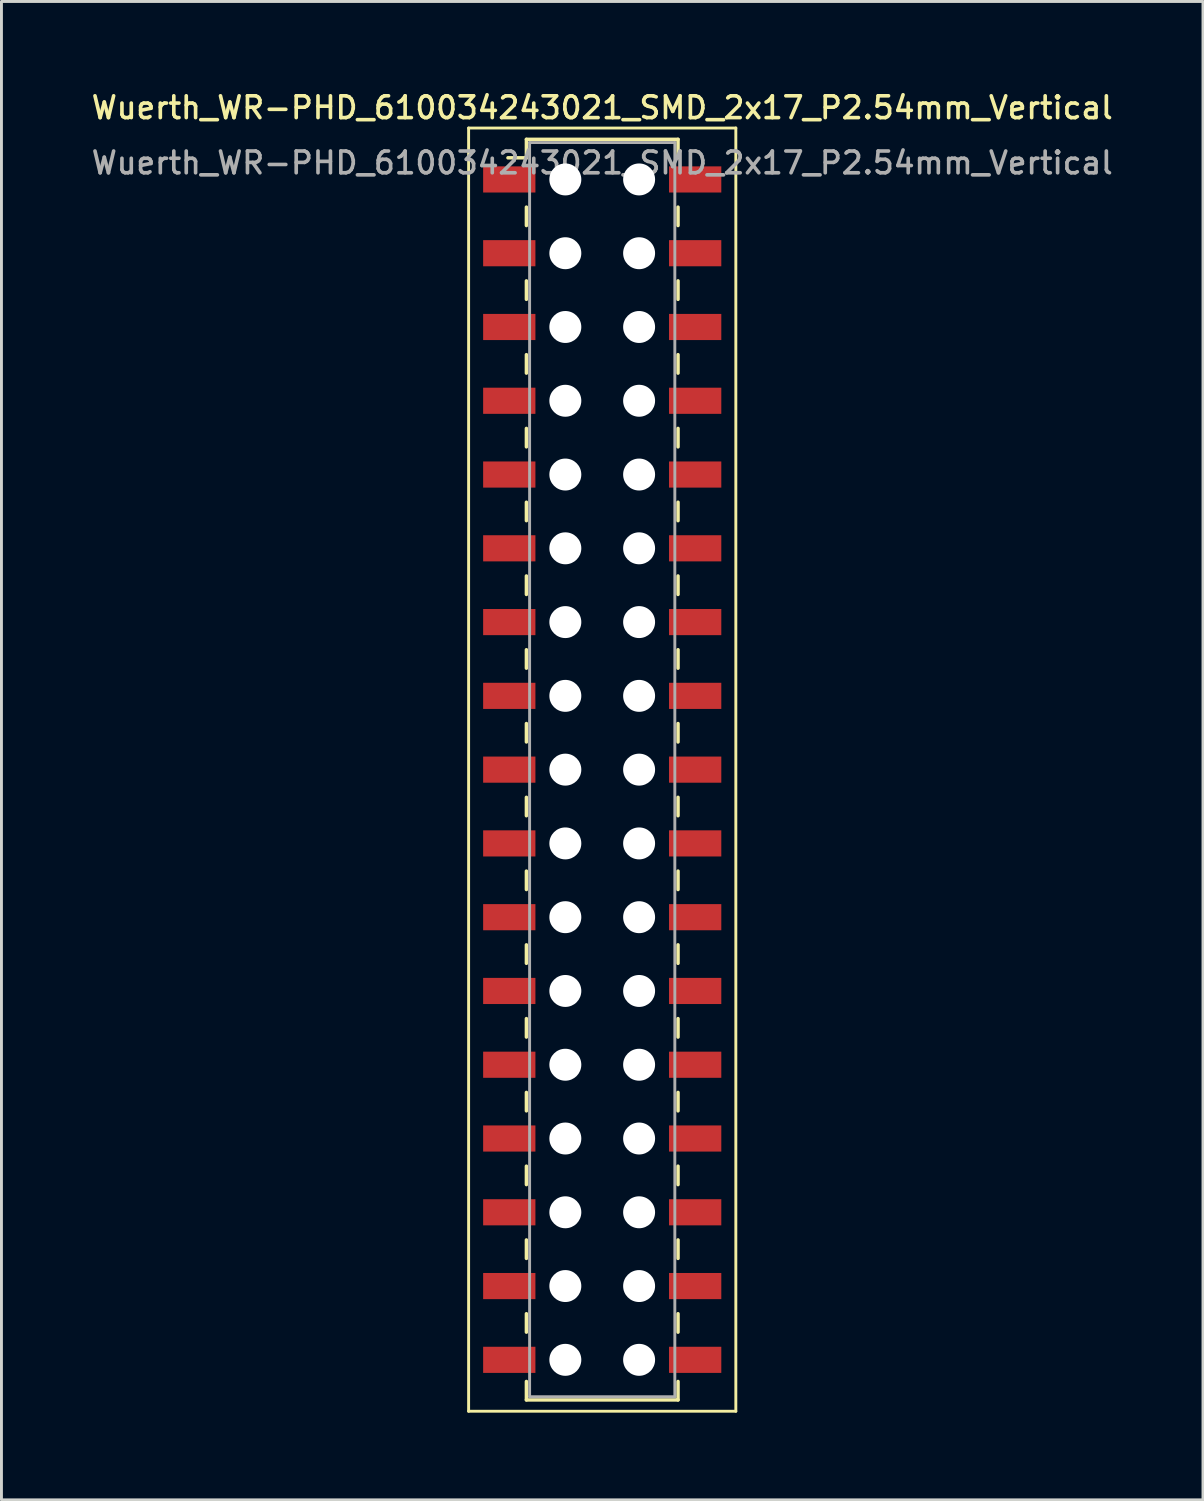
<source format=kicad_pcb>
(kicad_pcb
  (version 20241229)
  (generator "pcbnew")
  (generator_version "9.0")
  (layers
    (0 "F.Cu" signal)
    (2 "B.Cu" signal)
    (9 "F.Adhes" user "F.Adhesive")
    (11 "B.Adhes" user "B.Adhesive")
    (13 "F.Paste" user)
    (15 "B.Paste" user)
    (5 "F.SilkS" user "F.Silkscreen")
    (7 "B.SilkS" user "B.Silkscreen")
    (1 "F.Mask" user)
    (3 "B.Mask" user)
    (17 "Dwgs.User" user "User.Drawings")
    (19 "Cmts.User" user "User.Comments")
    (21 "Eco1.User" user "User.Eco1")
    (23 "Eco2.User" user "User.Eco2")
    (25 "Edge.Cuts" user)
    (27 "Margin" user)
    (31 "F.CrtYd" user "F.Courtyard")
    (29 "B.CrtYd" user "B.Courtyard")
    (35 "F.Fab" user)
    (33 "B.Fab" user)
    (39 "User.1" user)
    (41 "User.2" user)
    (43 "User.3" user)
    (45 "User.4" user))
  (footprint "Wuerth_WR-PHD_610034243021_SMD_2x17_P2.54mm_Vertical"
    (layer "F.Cu")
    (at 17.684 23.448)
    (property "Reference" "Wuerth_WR-PHD_610034243021_SMD_2x17_P2.54mm_Vertical" (at 0 -22.79 0) (layer "F.SilkS") (effects (font (size 0.75 0.75) (thickness 0.125))))
    (attr smd)
    (fp_line (start -4.6 -22.09) (end -4.6 22.09) (stroke (width 0.1) (type solid)) (layer "F.SilkS"))
    (fp_line (start -4.6 22.09) (end 4.6 22.09) (stroke (width 0.1) (type solid)) (layer "F.SilkS"))
    (fp_line (start -2.61 -21.7) (end -2.61 -21.065) (stroke (width 0.12) (type solid)) (layer "F.SilkS"))
    (fp_line (start -2.61 -21.7) (end 2.61 -21.7) (stroke (width 0.12) (type solid)) (layer "F.SilkS"))
    (fp_line (start -2.61 -21.065) (end -3.245 -21.065) (stroke (width 0.12) (type solid)) (layer "F.SilkS"))
    (fp_line (start -2.61 -19.367) (end -2.61 -18.733) (stroke (width 0.12) (type solid)) (layer "F.SilkS"))
    (fp_line (start -2.61 -16.828) (end -2.61 -16.192) (stroke (width 0.12) (type solid)) (layer "F.SilkS"))
    (fp_line (start -2.61 -14.287) (end -2.61 -13.652) (stroke (width 0.12) (type solid)) (layer "F.SilkS"))
    (fp_line (start -2.61 -11.748) (end -2.61 -11.113) (stroke (width 0.12) (type solid)) (layer "F.SilkS"))
    (fp_line (start -2.61 -9.207) (end -2.61 -8.572) (stroke (width 0.12) (type solid)) (layer "F.SilkS"))
    (fp_line (start -2.61 -6.668) (end -2.61 -6.032) (stroke (width 0.12) (type solid)) (layer "F.SilkS"))
    (fp_line (start -2.61 -4.128) (end -2.61 -3.493) (stroke (width 0.12) (type solid)) (layer "F.SilkS"))
    (fp_line (start -2.61 -1.587) (end -2.61 -0.953) (stroke (width 0.12) (type solid)) (layer "F.SilkS"))
    (fp_line (start -2.61 0.953) (end -2.61 1.587) (stroke (width 0.12) (type solid)) (layer "F.SilkS"))
    (fp_line (start -2.61 3.493) (end -2.61 4.128) (stroke (width 0.12) (type solid)) (layer "F.SilkS"))
    (fp_line (start -2.61 6.032) (end -2.61 6.668) (stroke (width 0.12) (type solid)) (layer "F.SilkS"))
    (fp_line (start -2.61 8.572) (end -2.61 9.207) (stroke (width 0.12) (type solid)) (layer "F.SilkS"))
    (fp_line (start -2.61 11.113) (end -2.61 11.748) (stroke (width 0.12) (type solid)) (layer "F.SilkS"))
    (fp_line (start -2.61 13.652) (end -2.61 14.287) (stroke (width 0.12) (type solid)) (layer "F.SilkS"))
    (fp_line (start -2.61 16.192) (end -2.61 16.828) (stroke (width 0.12) (type solid)) (layer "F.SilkS"))
    (fp_line (start -2.61 18.733) (end -2.61 19.367) (stroke (width 0.12) (type solid)) (layer "F.SilkS"))
    (fp_line (start -2.61 21.7) (end -2.61 21.065) (stroke (width 0.12) (type solid)) (layer "F.SilkS"))
    (fp_line (start -2.61 21.7) (end 2.61 21.7) (stroke (width 0.12) (type solid)) (layer "F.SilkS"))
    (fp_line (start 2.61 -21.7) (end 2.61 -21.065) (stroke (width 0.12) (type solid)) (layer "F.SilkS"))
    (fp_line (start 2.61 -19.367) (end 2.61 -18.733) (stroke (width 0.12) (type solid)) (layer "F.SilkS"))
    (fp_line (start 2.61 -16.828) (end 2.61 -16.192) (stroke (width 0.12) (type solid)) (layer "F.SilkS"))
    (fp_line (start 2.61 -14.287) (end 2.61 -13.652) (stroke (width 0.12) (type solid)) (layer "F.SilkS"))
    (fp_line (start 2.61 -11.748) (end 2.61 -11.113) (stroke (width 0.12) (type solid)) (layer "F.SilkS"))
    (fp_line (start 2.61 -9.207) (end 2.61 -8.572) (stroke (width 0.12) (type solid)) (layer "F.SilkS"))
    (fp_line (start 2.61 -6.668) (end 2.61 -6.032) (stroke (width 0.12) (type solid)) (layer "F.SilkS"))
    (fp_line (start 2.61 -4.128) (end 2.61 -3.493) (stroke (width 0.12) (type solid)) (layer "F.SilkS"))
    (fp_line (start 2.61 -1.587) (end 2.61 -0.953) (stroke (width 0.12) (type solid)) (layer "F.SilkS"))
    (fp_line (start 2.61 0.953) (end 2.61 1.587) (stroke (width 0.12) (type solid)) (layer "F.SilkS"))
    (fp_line (start 2.61 3.493) (end 2.61 4.128) (stroke (width 0.12) (type solid)) (layer "F.SilkS"))
    (fp_line (start 2.61 6.032) (end 2.61 6.668) (stroke (width 0.12) (type solid)) (layer "F.SilkS"))
    (fp_line (start 2.61 8.572) (end 2.61 9.207) (stroke (width 0.12) (type solid)) (layer "F.SilkS"))
    (fp_line (start 2.61 11.113) (end 2.61 11.748) (stroke (width 0.12) (type solid)) (layer "F.SilkS"))
    (fp_line (start 2.61 13.652) (end 2.61 14.287) (stroke (width 0.12) (type solid)) (layer "F.SilkS"))
    (fp_line (start 2.61 16.192) (end 2.61 16.828) (stroke (width 0.12) (type solid)) (layer "F.SilkS"))
    (fp_line (start 2.61 18.733) (end 2.61 19.367) (stroke (width 0.12) (type solid)) (layer "F.SilkS"))
    (fp_line (start 2.61 21.7) (end 2.61 21.065) (stroke (width 0.12) (type solid)) (layer "F.SilkS"))
    (fp_line (start 4.6 -22.09) (end -4.6 -22.09) (stroke (width 0.1) (type solid)) (layer "F.SilkS"))
    (fp_line (start 4.6 22.09) (end 4.6 -22.09) (stroke (width 0.1) (type solid)) (layer "F.SilkS"))
    (fp_line (start -2.5 -21.59) (end -2.5 21.59) (stroke (width 0.1) (type solid)) (layer "F.Fab"))
    (fp_line (start -2.5 21.59) (end 2.5 21.59) (stroke (width 0.1) (type solid)) (layer "F.Fab"))
    (fp_line (start 2.5 -21.59) (end -2.5 -21.59) (stroke (width 0.1) (type solid)) (layer "F.Fab"))
    (fp_line (start 2.5 21.59) (end 2.5 -21.59) (stroke (width 0.1) (type solid)) (layer "F.Fab"))
    (fp_text user "${REFERENCE}" (at 0 -20.89 0) (layer "F.Fab") (effects (font (size 0.75 0.75) (thickness 0.125))))
    (pad "" np_thru_hole circle (at -1.27 -20.32) (size 1.1 1.1) (drill 1.1) (layers "*.Cu" "*.Mask"))
    (pad "" np_thru_hole circle (at -1.27 -17.78) (size 1.1 1.1) (drill 1.1) (layers "*.Cu" "*.Mask"))
    (pad "" np_thru_hole circle (at -1.27 -15.24) (size 1.1 1.1) (drill 1.1) (layers "*.Cu" "*.Mask"))
    (pad "" np_thru_hole circle (at -1.27 -12.7) (size 1.1 1.1) (drill 1.1) (layers "*.Cu" "*.Mask"))
    (pad "" np_thru_hole circle (at -1.27 -10.16) (size 1.1 1.1) (drill 1.1) (layers "*.Cu" "*.Mask"))
    (pad "" np_thru_hole circle (at -1.27 -7.62) (size 1.1 1.1) (drill 1.1) (layers "*.Cu" "*.Mask"))
    (pad "" np_thru_hole circle (at -1.27 -5.08) (size 1.1 1.1) (drill 1.1) (layers "*.Cu" "*.Mask"))
    (pad "" np_thru_hole circle (at -1.27 -2.54) (size 1.1 1.1) (drill 1.1) (layers "*.Cu" "*.Mask"))
    (pad "" np_thru_hole circle (at -1.27 0) (size 1.1 1.1) (drill 1.1) (layers "*.Cu" "*.Mask"))
    (pad "" np_thru_hole circle (at -1.27 2.54) (size 1.1 1.1) (drill 1.1) (layers "*.Cu" "*.Mask"))
    (pad "" np_thru_hole circle (at -1.27 5.08) (size 1.1 1.1) (drill 1.1) (layers "*.Cu" "*.Mask"))
    (pad "" np_thru_hole circle (at -1.27 7.62) (size 1.1 1.1) (drill 1.1) (layers "*.Cu" "*.Mask"))
    (pad "" np_thru_hole circle (at -1.27 10.16) (size 1.1 1.1) (drill 1.1) (layers "*.Cu" "*.Mask"))
    (pad "" np_thru_hole circle (at -1.27 12.7) (size 1.1 1.1) (drill 1.1) (layers "*.Cu" "*.Mask"))
    (pad "" np_thru_hole circle (at -1.27 15.24) (size 1.1 1.1) (drill 1.1) (layers "*.Cu" "*.Mask"))
    (pad "" np_thru_hole circle (at -1.27 17.78) (size 1.1 1.1) (drill 1.1) (layers "*.Cu" "*.Mask"))
    (pad "" np_thru_hole circle (at -1.27 20.32) (size 1.1 1.1) (drill 1.1) (layers "*.Cu" "*.Mask"))
    (pad "" np_thru_hole circle (at 1.27 -20.32) (size 1.1 1.1) (drill 1.1) (layers "*.Cu" "*.Mask"))
    (pad "" np_thru_hole circle (at 1.27 -17.78) (size 1.1 1.1) (drill 1.1) (layers "*.Cu" "*.Mask"))
    (pad "" np_thru_hole circle (at 1.27 -15.24) (size 1.1 1.1) (drill 1.1) (layers "*.Cu" "*.Mask"))
    (pad "" np_thru_hole circle (at 1.27 -12.7) (size 1.1 1.1) (drill 1.1) (layers "*.Cu" "*.Mask"))
    (pad "" np_thru_hole circle (at 1.27 -10.16) (size 1.1 1.1) (drill 1.1) (layers "*.Cu" "*.Mask"))
    (pad "" np_thru_hole circle (at 1.27 -7.62) (size 1.1 1.1) (drill 1.1) (layers "*.Cu" "*.Mask"))
    (pad "" np_thru_hole circle (at 1.27 -5.08) (size 1.1 1.1) (drill 1.1) (layers "*.Cu" "*.Mask"))
    (pad "" np_thru_hole circle (at 1.27 -2.54) (size 1.1 1.1) (drill 1.1) (layers "*.Cu" "*.Mask"))
    (pad "" np_thru_hole circle (at 1.27 0) (size 1.1 1.1) (drill 1.1) (layers "*.Cu" "*.Mask"))
    (pad "" np_thru_hole circle (at 1.27 2.54) (size 1.1 1.1) (drill 1.1) (layers "*.Cu" "*.Mask"))
    (pad "" np_thru_hole circle (at 1.27 5.08) (size 1.1 1.1) (drill 1.1) (layers "*.Cu" "*.Mask"))
    (pad "" np_thru_hole circle (at 1.27 7.62) (size 1.1 1.1) (drill 1.1) (layers "*.Cu" "*.Mask"))
    (pad "" np_thru_hole circle (at 1.27 10.16) (size 1.1 1.1) (drill 1.1) (layers "*.Cu" "*.Mask"))
    (pad "" np_thru_hole circle (at 1.27 12.7) (size 1.1 1.1) (drill 1.1) (layers "*.Cu" "*.Mask"))
    (pad "" np_thru_hole circle (at 1.27 15.24) (size 1.1 1.1) (drill 1.1) (layers "*.Cu" "*.Mask"))
    (pad "" np_thru_hole circle (at 1.27 17.78) (size 1.1 1.1) (drill 1.1) (layers "*.Cu" "*.Mask"))
    (pad "" np_thru_hole circle (at 1.27 20.32) (size 1.1 1.1) (drill 1.1) (layers "*.Cu" "*.Mask"))
    (pad "1" smd rect (at -3.2 -20.32) (size 1.8 0.9) (layers "F.Cu" "F.Mask" "F.Paste"))
    (pad "2" smd rect (at 3.2 -20.32) (size 1.8 0.9) (layers "F.Cu" "F.Mask" "F.Paste"))
    (pad "3" smd rect (at -3.2 -17.78) (size 1.8 0.9) (layers "F.Cu" "F.Mask" "F.Paste"))
    (pad "4" smd rect (at 3.2 -17.78) (size 1.8 0.9) (layers "F.Cu" "F.Mask" "F.Paste"))
    (pad "5" smd rect (at -3.2 -15.24) (size 1.8 0.9) (layers "F.Cu" "F.Mask" "F.Paste"))
    (pad "6" smd rect (at 3.2 -15.24) (size 1.8 0.9) (layers "F.Cu" "F.Mask" "F.Paste"))
    (pad "7" smd rect (at -3.2 -12.7) (size 1.8 0.9) (layers "F.Cu" "F.Mask" "F.Paste"))
    (pad "8" smd rect (at 3.2 -12.7) (size 1.8 0.9) (layers "F.Cu" "F.Mask" "F.Paste"))
    (pad "9" smd rect (at -3.2 -10.16) (size 1.8 0.9) (layers "F.Cu" "F.Mask" "F.Paste"))
    (pad "10" smd rect (at 3.2 -10.16) (size 1.8 0.9) (layers "F.Cu" "F.Mask" "F.Paste"))
    (pad "11" smd rect (at -3.2 -7.62) (size 1.8 0.9) (layers "F.Cu" "F.Mask" "F.Paste"))
    (pad "12" smd rect (at 3.2 -7.62) (size 1.8 0.9) (layers "F.Cu" "F.Mask" "F.Paste"))
    (pad "13" smd rect (at -3.2 -5.08) (size 1.8 0.9) (layers "F.Cu" "F.Mask" "F.Paste"))
    (pad "14" smd rect (at 3.2 -5.08) (size 1.8 0.9) (layers "F.Cu" "F.Mask" "F.Paste"))
    (pad "15" smd rect (at -3.2 -2.54) (size 1.8 0.9) (layers "F.Cu" "F.Mask" "F.Paste"))
    (pad "16" smd rect (at 3.2 -2.54) (size 1.8 0.9) (layers "F.Cu" "F.Mask" "F.Paste"))
    (pad "17" smd rect (at -3.2 0) (size 1.8 0.9) (layers "F.Cu" "F.Mask" "F.Paste"))
    (pad "18" smd rect (at 3.2 0) (size 1.8 0.9) (layers "F.Cu" "F.Mask" "F.Paste"))
    (pad "19" smd rect (at -3.2 2.54) (size 1.8 0.9) (layers "F.Cu" "F.Mask" "F.Paste"))
    (pad "20" smd rect (at 3.2 2.54) (size 1.8 0.9) (layers "F.Cu" "F.Mask" "F.Paste"))
    (pad "21" smd rect (at -3.2 5.08) (size 1.8 0.9) (layers "F.Cu" "F.Mask" "F.Paste"))
    (pad "22" smd rect (at 3.2 5.08) (size 1.8 0.9) (layers "F.Cu" "F.Mask" "F.Paste"))
    (pad "23" smd rect (at -3.2 7.62) (size 1.8 0.9) (layers "F.Cu" "F.Mask" "F.Paste"))
    (pad "24" smd rect (at 3.2 7.62) (size 1.8 0.9) (layers "F.Cu" "F.Mask" "F.Paste"))
    (pad "25" smd rect (at -3.2 10.16) (size 1.8 0.9) (layers "F.Cu" "F.Mask" "F.Paste"))
    (pad "26" smd rect (at 3.2 10.16) (size 1.8 0.9) (layers "F.Cu" "F.Mask" "F.Paste"))
    (pad "27" smd rect (at -3.2 12.7) (size 1.8 0.9) (layers "F.Cu" "F.Mask" "F.Paste"))
    (pad "28" smd rect (at 3.2 12.7) (size 1.8 0.9) (layers "F.Cu" "F.Mask" "F.Paste"))
    (pad "29" smd rect (at -3.2 15.24) (size 1.8 0.9) (layers "F.Cu" "F.Mask" "F.Paste"))
    (pad "30" smd rect (at 3.2 15.24) (size 1.8 0.9) (layers "F.Cu" "F.Mask" "F.Paste"))
    (pad "31" smd rect (at -3.2 17.78) (size 1.8 0.9) (layers "F.Cu" "F.Mask" "F.Paste"))
    (pad "32" smd rect (at 3.2 17.78) (size 1.8 0.9) (layers "F.Cu" "F.Mask" "F.Paste"))
    (pad "33" smd rect (at -3.2 20.32) (size 1.8 0.9) (layers "F.Cu" "F.Mask" "F.Paste"))
    (pad "34" smd rect (at 3.2 20.32) (size 1.8 0.9) (layers "F.Cu" "F.Mask" "F.Paste")))
  (gr_rect
    (start -3 -3)
    (end 38.368 48.588)
    (stroke (width 0.1) (type default))
    (fill no)
    (layer "Edge.Cuts")))
</source>
